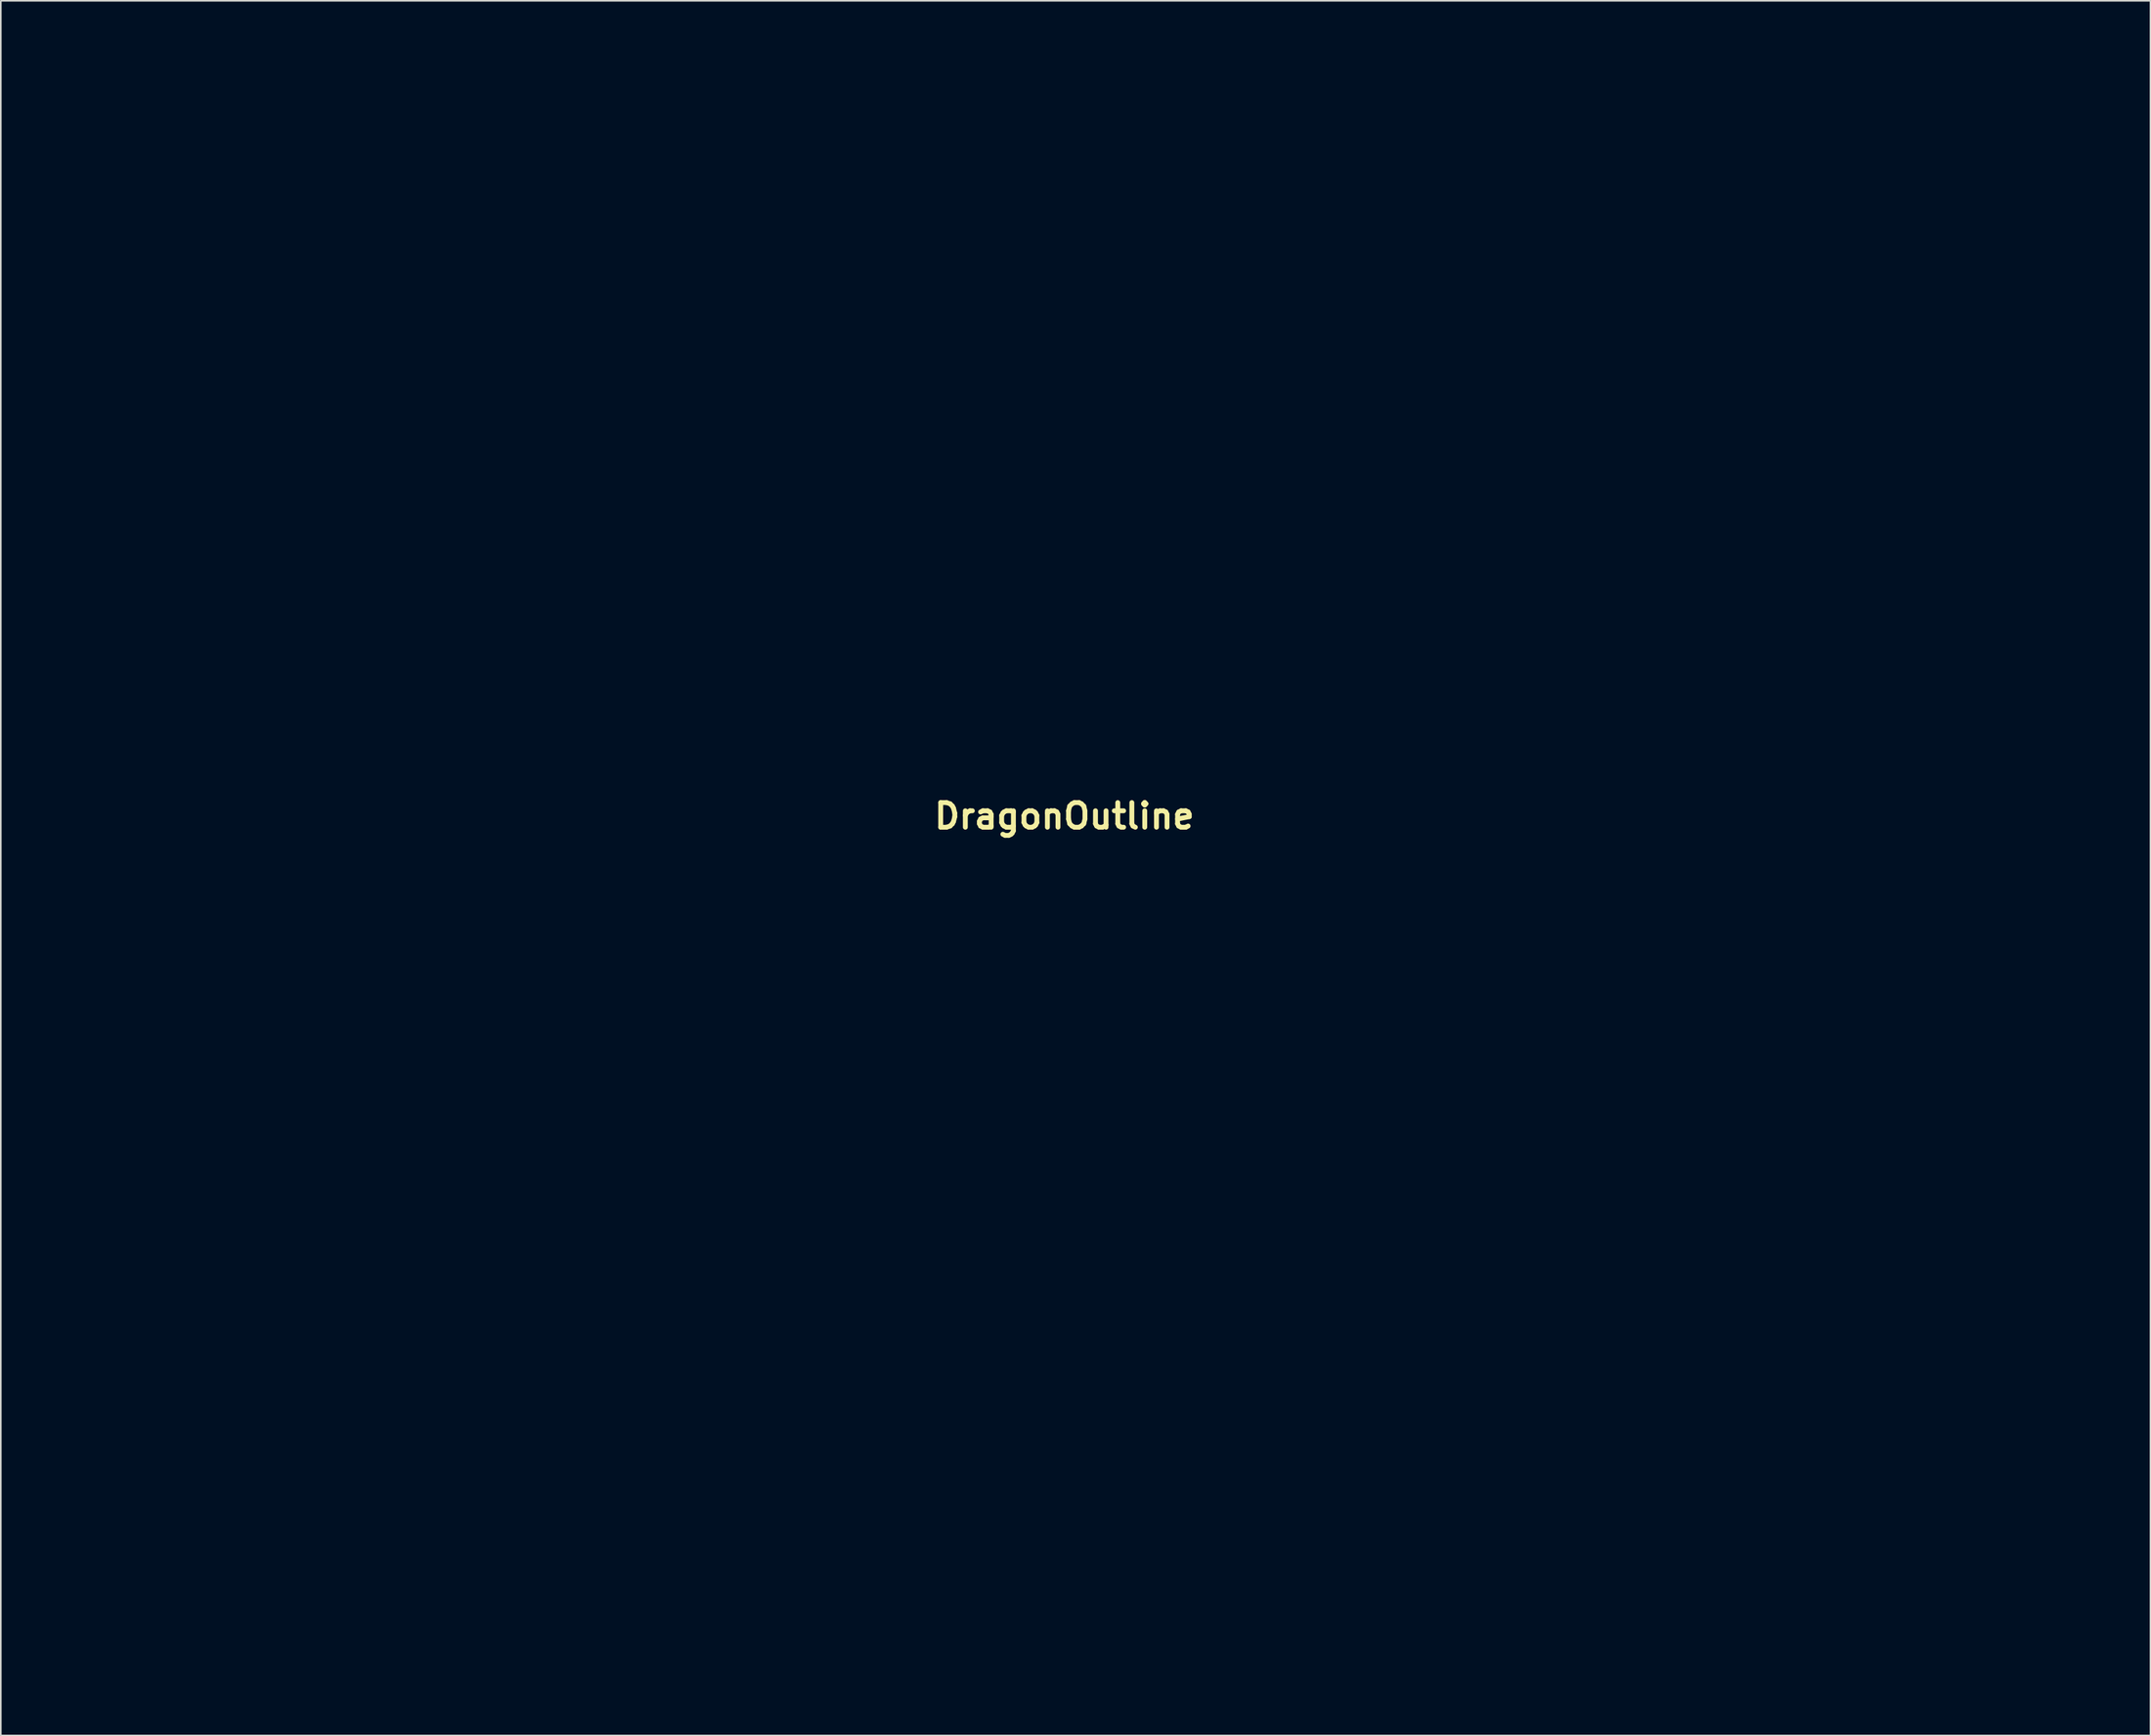
<source format=kicad_pcb>
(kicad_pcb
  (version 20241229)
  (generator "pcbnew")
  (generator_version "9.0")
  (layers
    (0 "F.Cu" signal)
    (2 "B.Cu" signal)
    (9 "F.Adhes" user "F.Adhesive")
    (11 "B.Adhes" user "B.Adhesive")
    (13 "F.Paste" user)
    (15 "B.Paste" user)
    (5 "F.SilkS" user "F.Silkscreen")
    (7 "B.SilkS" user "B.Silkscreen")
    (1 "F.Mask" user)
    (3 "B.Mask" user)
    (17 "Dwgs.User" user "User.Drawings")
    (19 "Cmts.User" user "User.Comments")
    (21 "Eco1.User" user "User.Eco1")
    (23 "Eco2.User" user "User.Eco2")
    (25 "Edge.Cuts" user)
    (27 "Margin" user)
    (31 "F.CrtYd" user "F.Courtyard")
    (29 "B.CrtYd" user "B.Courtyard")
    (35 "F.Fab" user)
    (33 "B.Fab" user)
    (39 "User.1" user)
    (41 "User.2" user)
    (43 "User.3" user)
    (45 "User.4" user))
  (footprint "DragonOutline"
    (layer "F.Cu")
    (at 62.825 47.483)
    (property "Reference" "DragonOutline" (at 0 0 0) (layer "F.SilkS") (effects (font (size 1.524 1.524) (thickness 0.3))))
    (attr through_hole)
    (fp_poly (pts (xy 2.16 -47.478) (xy 3.111 -47.478) (xy 4.059 -47.478) (xy 5.005 -47.478) (xy 5.947 -47.477) (xy 6.884 -47.477) (xy 7.815 -47.477) (xy 8.74 -47.477) (xy 9.657 -47.477) (xy 10.565 -47.477) (xy 11.464 -47.476) (xy 12.352 -47.476) (xy 13.229 -47.476) (xy 14.094 -47.475) (xy 14.945 -47.475) (xy 15.782 -47.475) (xy 16.603 -47.474) (xy 17.408 -47.474) (xy 18.196 -47.474) (xy 18.966 -47.473) (xy 19.717 -47.473) (xy 20.447 -47.472) (xy 21.156 -47.472) (xy 21.844 -47.471) (xy 22.508 -47.471) (xy 23.148 -47.47) (xy 23.764 -47.469) (xy 24.353 -47.469) (xy 24.916 -47.468) (xy 25.451 -47.467) (xy 25.957 -47.467) (xy 26.434 -47.466) (xy 26.879 -47.465) (xy 27.293 -47.464) (xy 27.675 -47.464) (xy 28.023 -47.463) (xy 28.336 -47.462) (xy 28.614 -47.461) (xy 28.856 -47.46) (xy 29.06 -47.459) (xy 29.225 -47.458) (xy 29.352 -47.457) (xy 29.438 -47.457) (xy 29.483 -47.456) (xy 29.485 -47.455) (xy 30.43 -47.384) (xy 31.36 -47.272) (xy 32.278 -47.12) (xy 33.183 -46.928) (xy 34.078 -46.696) (xy 34.962 -46.423) (xy 35.839 -46.108) (xy 36.523 -45.832) (xy 36.713 -45.749) (xy 36.93 -45.65) (xy 37.167 -45.539) (xy 37.416 -45.419) (xy 37.669 -45.295) (xy 37.917 -45.17) (xy 38.152 -45.05) (xy 38.366 -44.937) (xy 38.552 -44.835) (xy 38.591 -44.813) (xy 38.986 -44.583) (xy 39.394 -44.333) (xy 39.794 -44.077) (xy 40.041 -43.912) (xy 40.089 -43.879) (xy 40.17 -43.824) (xy 40.283 -43.746) (xy 40.426 -43.648) (xy 40.599 -43.529) (xy 40.801 -43.39) (xy 41.029 -43.233) (xy 41.284 -43.057) (xy 41.563 -42.865) (xy 41.866 -42.656) (xy 42.191 -42.432) (xy 42.538 -42.193) (xy 42.904 -41.941) (xy 43.29 -41.675) (xy 43.693 -41.397) (xy 44.113 -41.107) (xy 44.549 -40.807) (xy 44.999 -40.497) (xy 45.461 -40.177) (xy 45.936 -39.85) (xy 46.421 -39.515) (xy 46.916 -39.174) (xy 47.42 -38.827) (xy 47.93 -38.474) (xy 48.447 -38.118) (xy 48.969 -37.758) (xy 49.494 -37.396) (xy 50.022 -37.032) (xy 50.551 -36.667) (xy 51.08 -36.302) (xy 51.608 -35.937) (xy 52.135 -35.574) (xy 52.658 -35.213) (xy 53.176 -34.856) (xy 53.689 -34.502) (xy 54.195 -34.153) (xy 54.692 -33.809) (xy 55.181 -33.472) (xy 55.659 -33.142) (xy 56.126 -32.82) (xy 56.58 -32.506) (xy 57.02 -32.202) (xy 57.446 -31.909) (xy 57.855 -31.626) (xy 58.246 -31.356) (xy 58.619 -31.099) (xy 58.973 -30.855) (xy 59.305 -30.625) (xy 59.615 -30.411) (xy 59.902 -30.212) (xy 60.165 -30.031) (xy 60.402 -29.867) (xy 60.612 -29.722) (xy 60.795 -29.595) (xy 60.948 -29.489) (xy 61.071 -29.404) (xy 61.163 -29.341) (xy 61.222 -29.3) (xy 61.246 -29.283) (xy 61.675 -28.946) (xy 62.075 -28.579) (xy 62.445 -28.185) (xy 62.784 -27.764) (xy 63.09 -27.319) (xy 63.362 -26.852) (xy 63.598 -26.365) (xy 63.799 -25.859) (xy 63.962 -25.337) (xy 64.086 -24.8) (xy 64.101 -24.723) (xy 64.108 -24.681) (xy 64.116 -24.643) (xy 64.123 -24.607) (xy 64.129 -24.573) (xy 64.136 -24.538) (xy 64.141 -24.503) (xy 64.147 -24.465) (xy 64.152 -24.425) (xy 64.157 -24.38) (xy 64.162 -24.33) (xy 64.166 -24.274) (xy 64.17 -24.21) (xy 64.174 -24.139) (xy 64.178 -24.057) (xy 64.181 -23.965) (xy 64.184 -23.862) (xy 64.187 -23.745) (xy 64.19 -23.615) (xy 64.192 -23.471) (xy 64.194 -23.31) (xy 64.196 -23.133) (xy 64.198 -22.937) (xy 64.2 -22.722) (xy 64.201 -22.487) (xy 64.203 -22.231) (xy 64.204 -21.953) (xy 64.205 -21.652) (xy 64.206 -21.326) (xy 64.206 -20.974) (xy 64.207 -20.596) (xy 64.208 -20.19) (xy 64.208 -19.756) (xy 64.208 -19.292) (xy 64.209 -18.797) (xy 64.209 -18.271) (xy 64.209 -17.711) (xy 64.209 -17.117) (xy 64.209 -16.489) (xy 64.209 -15.824) (xy 64.209 -15.122) (xy 64.209 -14.381) (xy 64.209 -13.602) (xy 64.209 -12.782) (xy 64.209 -12.086) (xy 64.209 -11.238) (xy 64.209 -10.43) (xy 64.209 -9.663) (xy 64.209 -8.936) (xy 64.209 -8.246) (xy 64.209 -7.593) (xy 64.209 -6.977) (xy 64.209 -6.395) (xy 64.208 -5.847) (xy 64.208 -5.332) (xy 64.208 -4.849) (xy 64.208 -4.396) (xy 64.207 -3.973) (xy 64.207 -3.579) (xy 64.206 -3.212) (xy 64.206 -2.871) (xy 64.205 -2.556) (xy 64.205 -2.266) (xy 64.204 -1.999) (xy 64.203 -1.754) (xy 64.202 -1.53) (xy 64.202 -1.326) (xy 64.201 -1.141) (xy 64.199 -0.975) (xy 64.198 -0.825) (xy 64.197 -0.691) (xy 64.196 -0.572) (xy 64.194 -0.467) (xy 64.193 -0.375) (xy 64.191 -0.294) (xy 64.189 -0.224) (xy 64.187 -0.163) (xy 64.185 -0.111) (xy 64.183 -0.066) (xy 64.181 -0.028) (xy 64.179 0.005) (xy 64.176 0.033) (xy 64.174 0.059) (xy 64.171 0.082) (xy 64.171 0.084) (xy 64.093 0.606) (xy 63.995 1.098) (xy 63.873 1.567) (xy 63.726 2.023) (xy 63.551 2.471) (xy 63.346 2.922) (xy 63.33 2.953) (xy 63.054 3.469) (xy 62.742 3.966) (xy 62.399 4.439) (xy 62.026 4.886) (xy 61.626 5.304) (xy 61.201 5.688) (xy 61.182 5.704) (xy 61.15 5.731) (xy 61.088 5.784) (xy 60.995 5.863) (xy 60.871 5.968) (xy 60.719 6.098) (xy 60.537 6.253) (xy 60.328 6.431) (xy 60.091 6.633) (xy 59.827 6.858) (xy 59.537 7.105) (xy 59.222 7.373) (xy 58.882 7.663) (xy 58.518 7.974) (xy 58.13 8.304) (xy 57.719 8.654) (xy 57.286 9.023) (xy 56.832 9.411) (xy 56.356 9.816) (xy 55.86 10.239) (xy 55.345 10.678) (xy 54.81 11.134) (xy 54.258 11.605) (xy 53.687 12.092) (xy 53.099 12.593) (xy 52.495 13.108) (xy 51.875 13.637) (xy 51.24 14.178) (xy 50.591 14.732) (xy 49.927 15.297) (xy 49.251 15.874) (xy 48.562 16.462) (xy 47.861 17.06) (xy 47.149 17.667) (xy 46.426 18.283) (xy 45.693 18.908) (xy 44.951 19.541) (xy 44.2 20.181) (xy 43.441 20.828) (xy 42.675 21.482) (xy 41.902 22.141) (xy 41.123 22.805) (xy 40.339 23.474) (xy 39.55 24.147) (xy 38.757 24.824) (xy 37.96 25.503) (xy 37.16 26.185) (xy 36.358 26.869) (xy 35.555 27.554) (xy 34.751 28.24) (xy 33.946 28.926) (xy 33.142 29.612) (xy 32.339 30.297) (xy 31.537 30.981) (xy 30.738 31.662) (xy 29.942 32.341) (xy 29.149 33.017) (xy 28.361 33.689) (xy 27.578 34.358) (xy 26.8 35.021) (xy 26.028 35.679) (xy 25.264 36.331) (xy 24.507 36.977) (xy 23.757 37.616) (xy 23.017 38.247) (xy 22.286 38.871) (xy 21.566 39.486) (xy 20.856 40.091) (xy 20.157 40.687) (xy 19.471 41.273) (xy 18.797 41.848) (xy 18.136 42.411) (xy 17.489 42.963) (xy 16.857 43.502) (xy 16.241 44.028) (xy 15.64 44.54) (xy 15.056 45.039) (xy 14.489 45.522) (xy 13.939 45.991) (xy 13.409 46.444) (xy 12.897 46.88) (xy 12.406 47.3) (xy 11.934 47.702) (xy 11.484 48.086) (xy 11.055 48.452) (xy 10.649 48.798) (xy 10.266 49.125) (xy 9.907 49.432) (xy 9.572 49.718) (xy 9.262 49.982) (xy 8.977 50.225) (xy 8.719 50.446) (xy 8.488 50.643) (xy 8.284 50.817) (xy 8.108 50.967) (xy 7.961 51.093) (xy 7.844 51.193) (xy 7.757 51.267) (xy 7.701 51.316) (xy 7.676 51.337) (xy 7.675 51.338) (xy 7.63 51.378) (xy 7.559 51.436) (xy 7.468 51.507) (xy 7.367 51.585) (xy 7.294 51.641) (xy 6.72 52.044) (xy 6.128 52.41) (xy 5.518 52.737) (xy 4.893 53.025) (xy 4.252 53.274) (xy 3.596 53.484) (xy 2.925 53.653) (xy 2.242 53.783) (xy 2.18 53.793) (xy 1.81 53.842) (xy 1.418 53.88) (xy 1.015 53.907) (xy 0.614 53.922) (xy 0.226 53.925) (xy -0.136 53.914) (xy -0.201 53.911) (xy -0.886 53.85) (xy -1.565 53.748) (xy -2.234 53.607) (xy -2.893 53.428) (xy -3.538 53.21) (xy -4.167 52.956) (xy -4.778 52.665) (xy -5.369 52.338) (xy -5.938 51.977) (xy -6.331 51.698) (xy -6.444 51.612) (xy -6.57 51.515) (xy -6.706 51.41) (xy -6.848 51.298) (xy -6.992 51.184) (xy -7.134 51.07) (xy -7.271 50.96) (xy -7.399 50.856) (xy -7.514 50.761) (xy -7.613 50.678) (xy -7.692 50.611) (xy -7.747 50.562) (xy -7.775 50.534) (xy -7.777 50.529) (xy -7.751 50.514) (xy -7.749 50.507) (xy -7.765 50.493) (xy -7.812 50.452) (xy -7.89 50.384) (xy -7.998 50.291) (xy -8.136 50.172) (xy -8.303 50.028) (xy -8.498 49.86) (xy -8.72 49.668) (xy -8.969 49.453) (xy -9.245 49.216) (xy -9.546 48.956) (xy -9.872 48.675) (xy -10.222 48.374) (xy -10.596 48.052) (xy -10.993 47.71) (xy -11.412 47.349) (xy -11.853 46.969) (xy -12.315 46.571) (xy -12.797 46.156) (xy -13.299 45.723) (xy -13.82 45.274) (xy -14.36 44.81) (xy -14.917 44.33) (xy -15.492 43.835) (xy -16.082 43.327) (xy -16.689 42.804) (xy -17.311 42.269) (xy -17.947 41.721) (xy -18.597 41.161) (xy -19.261 40.59) (xy -19.937 40.008) (xy -20.625 39.415) (xy -21.324 38.813) (xy -22.034 38.202) (xy -22.754 37.583) (xy -23.483 36.955) (xy -24.22 36.32) (xy -24.966 35.678) (xy -25.719 35.03) (xy -26.479 34.376) (xy -27.245 33.716) (xy -28.016 33.052) (xy -28.792 32.384) (xy -29.572 31.713) (xy -30.356 31.038) (xy -31.142 30.361) (xy -31.93 29.683) (xy -32.72 29.003) (xy -33.511 28.322) (xy -34.302 27.641) (xy -35.093 26.96) (xy -35.883 26.281) (xy -36.67 25.603) (xy -37.456 24.927) (xy -38.238 24.254) (xy -39.016 23.583) (xy -39.791 22.917) (xy -40.56 22.255) (xy -41.323 21.598) (xy -42.081 20.946) (xy -42.831 20.3) (xy -43.574 19.661) (xy -44.308 19.029) (xy -45.034 18.405) (xy -45.749 17.789) (xy -46.455 17.181) (xy -47.15 16.583) (xy -47.833 15.995) (xy -48.505 15.418) (xy -49.163 14.851) (xy -49.808 14.296) (xy -50.439 13.754) (xy -51.055 13.223) (xy -51.655 12.707) (xy -52.24 12.204) (xy -52.807 11.715) (xy -53.358 11.242) (xy -53.89 10.784) (xy -54.404 10.342) (xy -54.898 9.916) (xy -55.373 9.508) (xy -55.826 9.118) (xy -56.259 8.746) (xy -56.669 8.393) (xy -57.057 8.059) (xy -57.422 7.745) (xy -57.763 7.452) (xy -58.079 7.18) (xy -58.371 6.93) (xy -58.636 6.702) (xy -58.875 6.497) (xy -59.086 6.315) (xy -59.27 6.157) (xy -59.426 6.023) (xy -59.552 5.915) (xy -59.649 5.832) (xy -59.715 5.776) (xy -59.75 5.746) (xy -59.754 5.743) (xy -60.191 5.352) (xy -60.601 4.93) (xy -60.983 4.478) (xy -61.334 3.999) (xy -61.652 3.497) (xy -61.903 3.037) (xy -62.128 2.56) (xy -62.32 2.079) (xy -62.481 1.585) (xy -62.615 1.073) (xy -62.722 0.535) (xy -62.765 0.265) (xy -62.811 -0.053) (xy -62.818 -11.97) (xy -62.819 -12.895) (xy -62.819 -13.778) (xy -62.819 -14.621) (xy -62.82 -15.423) (xy -62.82 -16.185) (xy -62.82 -16.908) (xy -62.82 -17.592) (xy -62.82 -17.885) (xy -61.783 -17.885) (xy -61.783 -17.238) (xy -61.783 -16.553) (xy -61.783 -15.829) (xy -61.782 -15.067) (xy -61.782 -14.264) (xy -61.782 -13.421) (xy -61.781 -12.537) (xy -61.781 -11.938) (xy -61.774 -0.222) (xy -61.727 0.098) (xy -61.623 0.678) (xy -61.482 1.238) (xy -61.304 1.777) (xy -61.09 2.295) (xy -60.84 2.791) (xy -60.555 3.266) (xy -60.233 3.717) (xy -59.876 4.146) (xy -59.693 4.343) (xy -59.667 4.367) (xy -59.61 4.418) (xy -59.522 4.496) (xy -59.404 4.599) (xy -59.256 4.728) (xy -59.079 4.881) (xy -58.875 5.059) (xy -58.642 5.261) (xy -58.383 5.486) (xy -58.097 5.733) (xy -57.786 6.002) (xy -57.449 6.293) (xy -57.089 6.605) (xy -56.704 6.937) (xy -56.297 7.29) (xy -55.867 7.661) (xy -55.415 8.051) (xy -54.942 8.459) (xy -54.448 8.885) (xy -53.935 9.328) (xy -53.403 9.788) (xy -52.851 10.263) (xy -52.282 10.754) (xy -51.696 11.26) (xy -51.093 11.779) (xy -50.474 12.313) (xy -49.84 12.86) (xy -49.191 13.42) (xy -48.528 13.991) (xy -47.852 14.574) (xy -47.162 15.168) (xy -46.461 15.773) (xy -45.748 16.387) (xy -45.024 17.011) (xy -44.29 17.643) (xy -43.547 18.284) (xy -42.795 18.932) (xy -42.034 19.587) (xy -41.266 20.249) (xy -40.49 20.917) (xy -39.709 21.59) (xy -38.922 22.268) (xy -38.129 22.95) (xy -37.333 23.636) (xy -36.532 24.326) (xy -35.728 25.017) (xy -34.922 25.712) (xy -34.115 26.407) (xy -33.305 27.104) (xy -32.496 27.801) (xy -31.686 28.498) (xy -30.878 29.194) (xy -30.07 29.889) (xy -29.265 30.582) (xy -28.462 31.273) (xy -27.663 31.961) (xy -26.868 32.645) (xy -26.077 33.325) (xy -25.292 34.001) (xy -24.512 34.672) (xy -23.739 35.337) (xy -22.973 35.996) (xy -22.215 36.648) (xy -21.466 37.293) (xy -20.726 37.93) (xy -19.995 38.558) (xy -19.275 39.178) (xy -18.566 39.787) (xy -17.868 40.387) (xy -17.183 40.976) (xy -16.511 41.554) (xy -15.853 42.12) (xy -15.209 42.674) (xy -14.579 43.215) (xy -13.966 43.742) (xy -13.368 44.256) (xy -12.788 44.755) (xy -12.225 45.238) (xy -11.68 45.707) (xy -11.153 46.159) (xy -10.647 46.594) (xy -10.16 47.012) (xy -9.694 47.412) (xy -9.25 47.793) (xy -8.827 48.156) (xy -8.427 48.499) (xy -8.05 48.822) (xy -7.698 49.124) (xy -7.37 49.405) (xy -7.067 49.664) (xy -6.79 49.902) (xy -6.539 50.116) (xy -6.316 50.306) (xy -6.12 50.473) (xy -5.953 50.616) (xy -5.815 50.733) (xy -5.707 50.824) (xy -5.629 50.89) (xy -5.583 50.928) (xy -5.57 50.938) (xy -5.014 51.31) (xy -4.441 51.643) (xy -3.851 51.938) (xy -3.245 52.194) (xy -2.622 52.411) (xy -2.159 52.544) (xy -1.857 52.618) (xy -1.557 52.682) (xy -1.251 52.737) (xy -0.929 52.784) (xy -0.583 52.825) (xy -0.204 52.86) (xy -0.191 52.862) (xy -0.11 52.866) (xy 0.007 52.868) (xy 0.151 52.868) (xy 0.316 52.867) (xy 0.495 52.865) (xy 0.68 52.861) (xy 0.866 52.856) (xy 1.044 52.85) (xy 1.207 52.844) (xy 1.348 52.836) (xy 1.461 52.829) (xy 1.513 52.824) (xy 2.183 52.728) (xy 2.836 52.594) (xy 3.471 52.421) (xy 4.089 52.21) (xy 4.692 51.96) (xy 5.279 51.67) (xy 5.852 51.341) (xy 6.092 51.189) (xy 6.208 51.112) (xy 6.326 51.031) (xy 6.436 50.955) (xy 6.526 50.891) (xy 6.56 50.866) (xy 6.585 50.846) (xy 6.641 50.798) (xy 6.729 50.725) (xy 6.846 50.626) (xy 6.993 50.501) (xy 7.169 50.352) (xy 7.373 50.178) (xy 7.605 49.981) (xy 7.864 49.761) (xy 8.149 49.518) (xy 8.46 49.254) (xy 8.797 48.968) (xy 9.157 48.661) (xy 9.541 48.334) (xy 9.949 47.987) (xy 10.379 47.621) (xy 10.831 47.236) (xy 11.304 46.833) (xy 11.797 46.413) (xy 12.311 45.975) (xy 12.844 45.521) (xy 13.395 45.051) (xy 13.965 44.566) (xy 14.552 44.066) (xy 15.155 43.552) (xy 15.775 43.024) (xy 16.41 42.482) (xy 17.06 41.929) (xy 17.724 41.363) (xy 18.401 40.785) (xy 19.091 40.197) (xy 19.794 39.598) (xy 20.508 38.989) (xy 21.233 38.371) (xy 21.968 37.744) (xy 22.713 37.109) (xy 23.467 36.466) (xy 24.229 35.816) (xy 24.999 35.16) (xy 25.776 34.497) (xy 26.56 33.829) (xy 27.349 33.156) (xy 28.143 32.479) (xy 28.942 31.798) (xy 29.745 31.113) (xy 30.551 30.426) (xy 31.359 29.736) (xy 32.169 29.045) (xy 32.981 28.353) (xy 33.793 27.66) (xy 34.605 26.968) (xy 35.417 26.276) (xy 36.227 25.584) (xy 37.035 24.895) (xy 37.841 24.208) (xy 38.643 23.523) (xy 39.442 22.842) (xy 40.236 22.165) (xy 41.024 21.492) (xy 41.807 20.824) (xy 42.584 20.161) (xy 43.353 19.505) (xy 44.115 18.855) (xy 44.868 18.212) (xy 45.613 17.577) (xy 46.347 16.95) (xy 47.072 16.332) (xy 47.785 15.723) (xy 48.487 15.125) (xy 49.176 14.536) (xy 49.853 13.959) (xy 50.516 13.393) (xy 51.165 12.839) (xy 51.799 12.298) (xy 52.417 11.77) (xy 53.02 11.255) (xy 53.605 10.755) (xy 54.173 10.27) (xy 54.724 9.8) (xy 55.255 9.347) (xy 55.768 8.909) (xy 56.26 8.489) (xy 56.731 8.086) (xy 57.182 7.701) (xy 57.61 7.335) (xy 58.016 6.988) (xy 58.399 6.661) (xy 58.758 6.354) (xy 59.092 6.068) (xy 59.401 5.804) (xy 59.685 5.561) (xy 59.942 5.341) (xy 60.172 5.144) (xy 60.375 4.971) (xy 60.549 4.822) (xy 60.694 4.697) (xy 60.809 4.598) (xy 60.894 4.524) (xy 60.948 4.477) (xy 60.971 4.457) (xy 60.971 4.457) (xy 61.331 4.071) (xy 61.656 3.669) (xy 61.952 3.245) (xy 62.221 2.793) (xy 62.44 2.368) (xy 62.611 1.986) (xy 62.757 1.599) (xy 62.882 1.198) (xy 62.989 0.775) (xy 63.078 0.324) (xy 63.104 0.169) (xy 63.15 -0.116) (xy 63.156 -11.97) (xy 63.157 -12.826) (xy 63.157 -13.641) (xy 63.158 -14.415) (xy 63.158 -15.151) (xy 63.158 -15.848) (xy 63.159 -16.509) (xy 63.159 -17.133) (xy 63.159 -17.722) (xy 63.159 -18.278) (xy 63.159 -18.801) (xy 63.159 -19.292) (xy 63.159 -19.752) (xy 63.159 -20.183) (xy 63.159 -20.586) (xy 63.158 -20.96) (xy 63.158 -21.309) (xy 63.157 -21.632) (xy 63.156 -21.93) (xy 63.155 -22.206) (xy 63.154 -22.459) (xy 63.152 -22.691) (xy 63.151 -22.903) (xy 63.149 -23.096) (xy 63.147 -23.271) (xy 63.145 -23.429) (xy 63.142 -23.572) (xy 63.139 -23.699) (xy 63.136 -23.813) (xy 63.133 -23.914) (xy 63.13 -24.004) (xy 63.126 -24.083) (xy 63.122 -24.153) (xy 63.118 -24.214) (xy 63.113 -24.268) (xy 63.108 -24.315) (xy 63.103 -24.358) (xy 63.097 -24.396) (xy 63.091 -24.431) (xy 63.085 -24.464) (xy 63.078 -24.496) (xy 63.071 -24.528) (xy 63.064 -24.561) (xy 63.056 -24.597) (xy 63.048 -24.635) (xy 63.046 -24.646) (xy 62.926 -25.134) (xy 62.766 -25.611) (xy 62.568 -26.074) (xy 62.334 -26.518) (xy 62.065 -26.943) (xy 61.763 -27.345) (xy 61.43 -27.721) (xy 61.067 -28.069) (xy 60.909 -28.203) (xy 60.882 -28.223) (xy 60.821 -28.267) (xy 60.728 -28.332) (xy 60.603 -28.42) (xy 60.448 -28.528) (xy 60.264 -28.656) (xy 60.052 -28.804) (xy 59.813 -28.969) (xy 59.548 -29.153) (xy 59.26 -29.354) (xy 58.947 -29.57) (xy 58.613 -29.802) (xy 58.257 -30.048) (xy 57.882 -30.308) (xy 57.488 -30.581) (xy 57.077 -30.866) (xy 56.649 -31.162) (xy 56.205 -31.468) (xy 55.748 -31.785) (xy 55.278 -32.11) (xy 54.796 -32.443) (xy 54.303 -32.784) (xy 53.801 -33.131) (xy 53.291 -33.484) (xy 52.773 -33.841) (xy 52.249 -34.203) (xy 51.721 -34.568) (xy 51.189 -34.936) (xy 50.654 -35.305) (xy 50.118 -35.676) (xy 49.582 -36.046) (xy 49.046 -36.416) (xy 48.513 -36.784) (xy 47.983 -37.15) (xy 47.457 -37.513) (xy 46.936 -37.872) (xy 46.423 -38.227) (xy 45.917 -38.575) (xy 45.42 -38.918) (xy 44.933 -39.254) (xy 44.458 -39.582) (xy 43.995 -39.901) (xy 43.546 -40.211) (xy 43.111 -40.51) (xy 42.692 -40.799) (xy 42.291 -41.076) (xy 41.907 -41.34) (xy 41.543 -41.59) (xy 41.2 -41.827) (xy 40.878 -42.048) (xy 40.579 -42.254) (xy 40.304 -42.443) (xy 40.054 -42.614) (xy 39.83 -42.768) (xy 39.634 -42.902) (xy 39.466 -43.017) (xy 39.328 -43.111) (xy 39.221 -43.184) (xy 39.147 -43.234) (xy 39.116 -43.254) (xy 38.366 -43.721) (xy 37.591 -44.154) (xy 36.794 -44.552) (xy 35.978 -44.914) (xy 35.144 -45.24) (xy 34.294 -45.528) (xy 33.432 -45.778) (xy 32.56 -45.989) (xy 32.176 -46.068) (xy 31.851 -46.129) (xy 31.528 -46.184) (xy 31.199 -46.233) (xy 30.858 -46.279) (xy 30.497 -46.321) (xy 30.108 -46.36) (xy 29.685 -46.399) (xy 29.654 -46.401) (xy 29.619 -46.402) (xy 29.543 -46.404) (xy 29.426 -46.405) (xy 29.269 -46.406) (xy 29.075 -46.407) (xy 28.842 -46.408) (xy 28.573 -46.409) (xy 28.268 -46.41) (xy 27.929 -46.411) (xy 27.556 -46.413) (xy 27.15 -46.414) (xy 26.713 -46.415) (xy 26.245 -46.416) (xy 25.746 -46.417) (xy 25.219 -46.418) (xy 24.664 -46.419) (xy 24.082 -46.419) (xy 23.474 -46.42) (xy 22.841 -46.421) (xy 22.184 -46.422) (xy 21.503 -46.423) (xy 20.801 -46.424) (xy 20.077 -46.425) (xy 19.333 -46.425) (xy 18.569 -46.426) (xy 17.787 -46.427) (xy 16.988 -46.428) (xy 16.173 -46.428) (xy 15.342 -46.429) (xy 14.496 -46.43) (xy 13.637 -46.43) (xy 12.765 -46.431) (xy 11.882 -46.432) (xy 10.988 -46.432) (xy 10.084 -46.433) (xy 9.171 -46.433) (xy 8.251 -46.434) (xy 7.324 -46.434) (xy 6.39 -46.435) (xy 5.452 -46.435) (xy 4.51 -46.435) (xy 3.565 -46.436) (xy 2.618 -46.436) (xy 1.67 -46.437) (xy 0.722 -46.437) (xy -0.226 -46.437) (xy -1.171 -46.437) (xy -2.114 -46.437) (xy -3.053 -46.438) (xy -3.988 -46.438) (xy -4.917 -46.438) (xy -5.839 -46.438) (xy -6.754 -46.438) (xy -7.66 -46.438) (xy -8.557 -46.438) (xy -9.444 -46.438) (xy -10.319 -46.438) (xy -11.181 -46.438) (xy -12.031 -46.438) (xy -12.866 -46.438) (xy -13.686 -46.437) (xy -14.49 -46.437) (xy -15.276 -46.437) (xy -16.045 -46.437) (xy -16.794 -46.436) (xy -17.524 -46.436) (xy -18.232 -46.436) (xy -18.919 -46.435) (xy -19.582 -46.435) (xy -20.222 -46.434) (xy -20.837 -46.434) (xy -21.427 -46.433) (xy -21.989 -46.433) (xy -22.524 -46.432) (xy -23.03 -46.431) (xy -23.507 -46.43) (xy -23.953 -46.43) (xy -24.367 -46.429) (xy -24.75 -46.428) (xy -25.098 -46.427) (xy -25.412 -46.426) (xy -25.691 -46.425) (xy -25.934 -46.424) (xy -26.139 -46.423) (xy -26.306 -46.422) (xy -26.434 -46.421) (xy -26.522 -46.42) (xy -26.564 -46.419) (xy -26.934 -46.403) (xy -27.274 -46.383) (xy -27.6 -46.359) (xy -27.925 -46.329) (xy -28.261 -46.292) (xy -28.363 -46.28) (xy -29.277 -46.148) (xy -30.185 -45.975) (xy -31.085 -45.761) (xy -31.976 -45.507) (xy -32.855 -45.214) (xy -33.72 -44.882) (xy -34.569 -44.513) (xy -35.4 -44.106) (xy -36.211 -43.664) (xy -36.847 -43.282) (xy -36.889 -43.255) (xy -36.965 -43.206) (xy -37.073 -43.134) (xy -37.212 -43.042) (xy -37.382 -42.93) (xy -37.581 -42.798) (xy -37.808 -42.648) (xy -38.061 -42.48) (xy -38.34 -42.294) (xy -38.644 -42.092) (xy -38.971 -41.875) (xy -39.32 -41.643) (xy -39.69 -41.397) (xy -40.079 -41.138) (xy -40.488 -40.866) (xy -40.914 -40.582) (xy -41.356 -40.288) (xy -41.814 -39.983) (xy -42.285 -39.669) (xy -42.77 -39.346) (xy -43.266 -39.016) (xy -43.772 -38.678) (xy -44.288 -38.334) (xy -44.813 -37.985) (xy -45.344 -37.631) (xy -45.882 -37.273) (xy -46.424 -36.911) (xy -46.97 -36.547) (xy -47.518 -36.182) (xy -48.067 -35.815) (xy -48.617 -35.449) (xy -49.166 -35.083) (xy -49.712 -34.718) (xy -50.255 -34.356) (xy -50.794 -33.997) (xy -51.327 -33.641) (xy -51.854 -33.29) (xy -52.372 -32.944) (xy -52.881 -32.604) (xy -53.38 -32.271) (xy -53.868 -31.946) (xy -54.343 -31.628) (xy -54.804 -31.32) (xy -55.25 -31.022) (xy -55.681 -30.735) (xy -56.094 -30.459) (xy -56.488 -30.195) (xy -56.864 -29.944) (xy -57.218 -29.707) (xy -57.551 -29.485) (xy -57.861 -29.278) (xy -58.146 -29.087) (xy -58.406 -28.912) (xy -58.64 -28.756) (xy -58.846 -28.617) (xy -59.024 -28.498) (xy -59.171 -28.399) (xy -59.287 -28.32) (xy -59.372 -28.263) (xy -59.422 -28.229) (xy -59.436 -28.219) (xy -59.571 -28.111) (xy -59.724 -27.978) (xy -59.888 -27.825) (xy -60.055 -27.662) (xy -60.217 -27.495) (xy -60.368 -27.331) (xy -60.498 -27.18) (xy -60.586 -27.068) (xy -60.875 -26.648) (xy -61.124 -26.212) (xy -61.333 -25.76) (xy -61.503 -25.294) (xy -61.633 -24.813) (xy -61.724 -24.318) (xy -61.764 -23.95) (xy -61.766 -23.915) (xy -61.768 -23.855) (xy -61.769 -23.771) (xy -61.771 -23.661) (xy -61.772 -23.525) (xy -61.774 -23.363) (xy -61.775 -23.172) (xy -61.776 -22.954) (xy -61.777 -22.707) (xy -61.778 -22.43) (xy -61.779 -22.123) (xy -61.78 -21.785) (xy -61.781 -21.415) (xy -61.781 -21.013) (xy -61.782 -20.578) (xy -61.782 -20.11) (xy -61.782 -19.607) (xy -61.783 -19.069) (xy -61.783 -18.495) (xy -61.783 -17.885) (xy -62.82 -17.885) (xy -62.82 -18.238) (xy -62.82 -18.847) (xy -62.82 -19.42) (xy -62.819 -19.956) (xy -62.819 -20.457) (xy -62.818 -20.923) (xy -62.818 -21.354) (xy -62.817 -21.752) (xy -62.816 -22.118) (xy -62.816 -22.45) (xy -62.815 -22.752) (xy -62.814 -23.022) (xy -62.813 -23.261) (xy -62.811 -23.471) (xy -62.81 -23.651) (xy -62.809 -23.803) (xy -62.807 -23.927) (xy -62.806 -24.024) (xy -62.804 -24.094) (xy -62.802 -24.138) (xy -62.801 -24.148) (xy -62.732 -24.687) (xy -62.622 -25.215) (xy -62.471 -25.731) (xy -62.281 -26.233) (xy -62.052 -26.72) (xy -61.784 -27.192) (xy -61.478 -27.646) (xy -61.302 -27.877) (xy -61.207 -27.99) (xy -61.086 -28.124) (xy -60.946 -28.271) (xy -60.795 -28.424) (xy -60.639 -28.576) (xy -60.485 -28.721) (xy -60.34 -28.852) (xy -60.211 -28.961) (xy -60.185 -28.982) (xy -60.151 -29.006) (xy -60.084 -29.053) (xy -59.984 -29.122) (xy -59.852 -29.212) (xy -59.689 -29.322) (xy -59.496 -29.452) (xy -59.276 -29.6) (xy -59.028 -29.767) (xy -58.754 -29.951) (xy -58.455 -30.152) (xy -58.132 -30.368) (xy -57.787 -30.599) (xy -57.42 -30.845) (xy -57.033 -31.104) (xy -56.627 -31.376) (xy -56.203 -31.66) (xy -55.761 -31.955) (xy -55.304 -32.26) (xy -54.833 -32.575) (xy -54.348 -32.899) (xy -53.851 -33.231) (xy -53.342 -33.57) (xy -52.824 -33.916) (xy -52.296 -34.268) (xy -51.762 -34.625) (xy -51.22 -34.986) (xy -50.673 -35.351) (xy -50.122 -35.718) (xy -49.568 -36.088) (xy -49.011 -36.459) (xy -48.454 -36.83) (xy -47.898 -37.201) (xy -47.342 -37.571) (xy -46.79 -37.939) (xy -46.241 -38.304) (xy -45.697 -38.666) (xy -45.159 -39.024) (xy -44.629 -39.377) (xy -44.107 -39.725) (xy -43.594 -40.066) (xy -43.092 -40.4) (xy -42.602 -40.725) (xy -42.125 -41.043) (xy -41.662 -41.35) (xy -41.214 -41.648) (xy -40.782 -41.934) (xy -40.369 -42.209) (xy -39.973 -42.471) (xy -39.598 -42.72) (xy -39.244 -42.955) (xy -38.912 -43.175) (xy -38.603 -43.379) (xy -38.319 -43.567) (xy -38.06 -43.738) (xy -37.828 -43.891) (xy -37.624 -44.026) (xy -37.449 -44.141) (xy -37.304 -44.235) (xy -37.19 -44.309) (xy -37.109 -44.361) (xy -37.062 -44.391) (xy -37.06 -44.392) (xy -36.215 -44.871) (xy -35.356 -45.31) (xy -34.483 -45.709) (xy -33.597 -46.068) (xy -32.697 -46.386) (xy -31.784 -46.665) (xy -30.859 -46.903) (xy -29.921 -47.1) (xy -28.971 -47.258) (xy -28.008 -47.375) (xy -27.033 -47.451) (xy -26.956 -47.455) (xy -26.916 -47.456) (xy -26.835 -47.457) (xy -26.713 -47.458) (xy -26.552 -47.459) (xy -26.352 -47.46) (xy -26.115 -47.461) (xy -25.841 -47.462) (xy -25.532 -47.463) (xy -25.188 -47.463) (xy -24.81 -47.464) (xy -24.4 -47.465) (xy -23.958 -47.466) (xy -23.485 -47.466) (xy -22.982 -47.467) (xy -22.451 -47.468) (xy -21.891 -47.468) (xy -21.305 -47.469) (xy -20.692 -47.47) (xy -20.055 -47.47) (xy -19.393 -47.471) (xy -18.708 -47.471) (xy -18.001 -47.472) (xy -17.273 -47.472) (xy -16.525 -47.473) (xy -15.758 -47.473) (xy -14.972 -47.474) (xy -14.169 -47.474) (xy -13.349 -47.475) (xy -12.514 -47.475) (xy -11.664 -47.475) (xy -10.801 -47.476) (xy -9.926 -47.476) (xy -9.039 -47.476) (xy -8.141 -47.476) (xy -7.234 -47.477) (xy -6.318 -47.477) (xy -5.394 -47.477) (xy -4.463 -47.477) (xy -3.527 -47.477) (xy -2.585 -47.477) (xy -1.64 -47.478) (xy -0.692 -47.478) (xy 0.258 -47.478) (xy 1.209 -47.478) (xy 2.16 -47.478)) (stroke (width 0.01) (type solid)) (fill no) (layer "Eco1.User")))
  (gr_rect
    (start -3 -3)
    (end 130.039 104.413)
    (stroke (width 0.1) (type default))
    (fill no)
    (layer "Edge.Cuts")))
</source>
